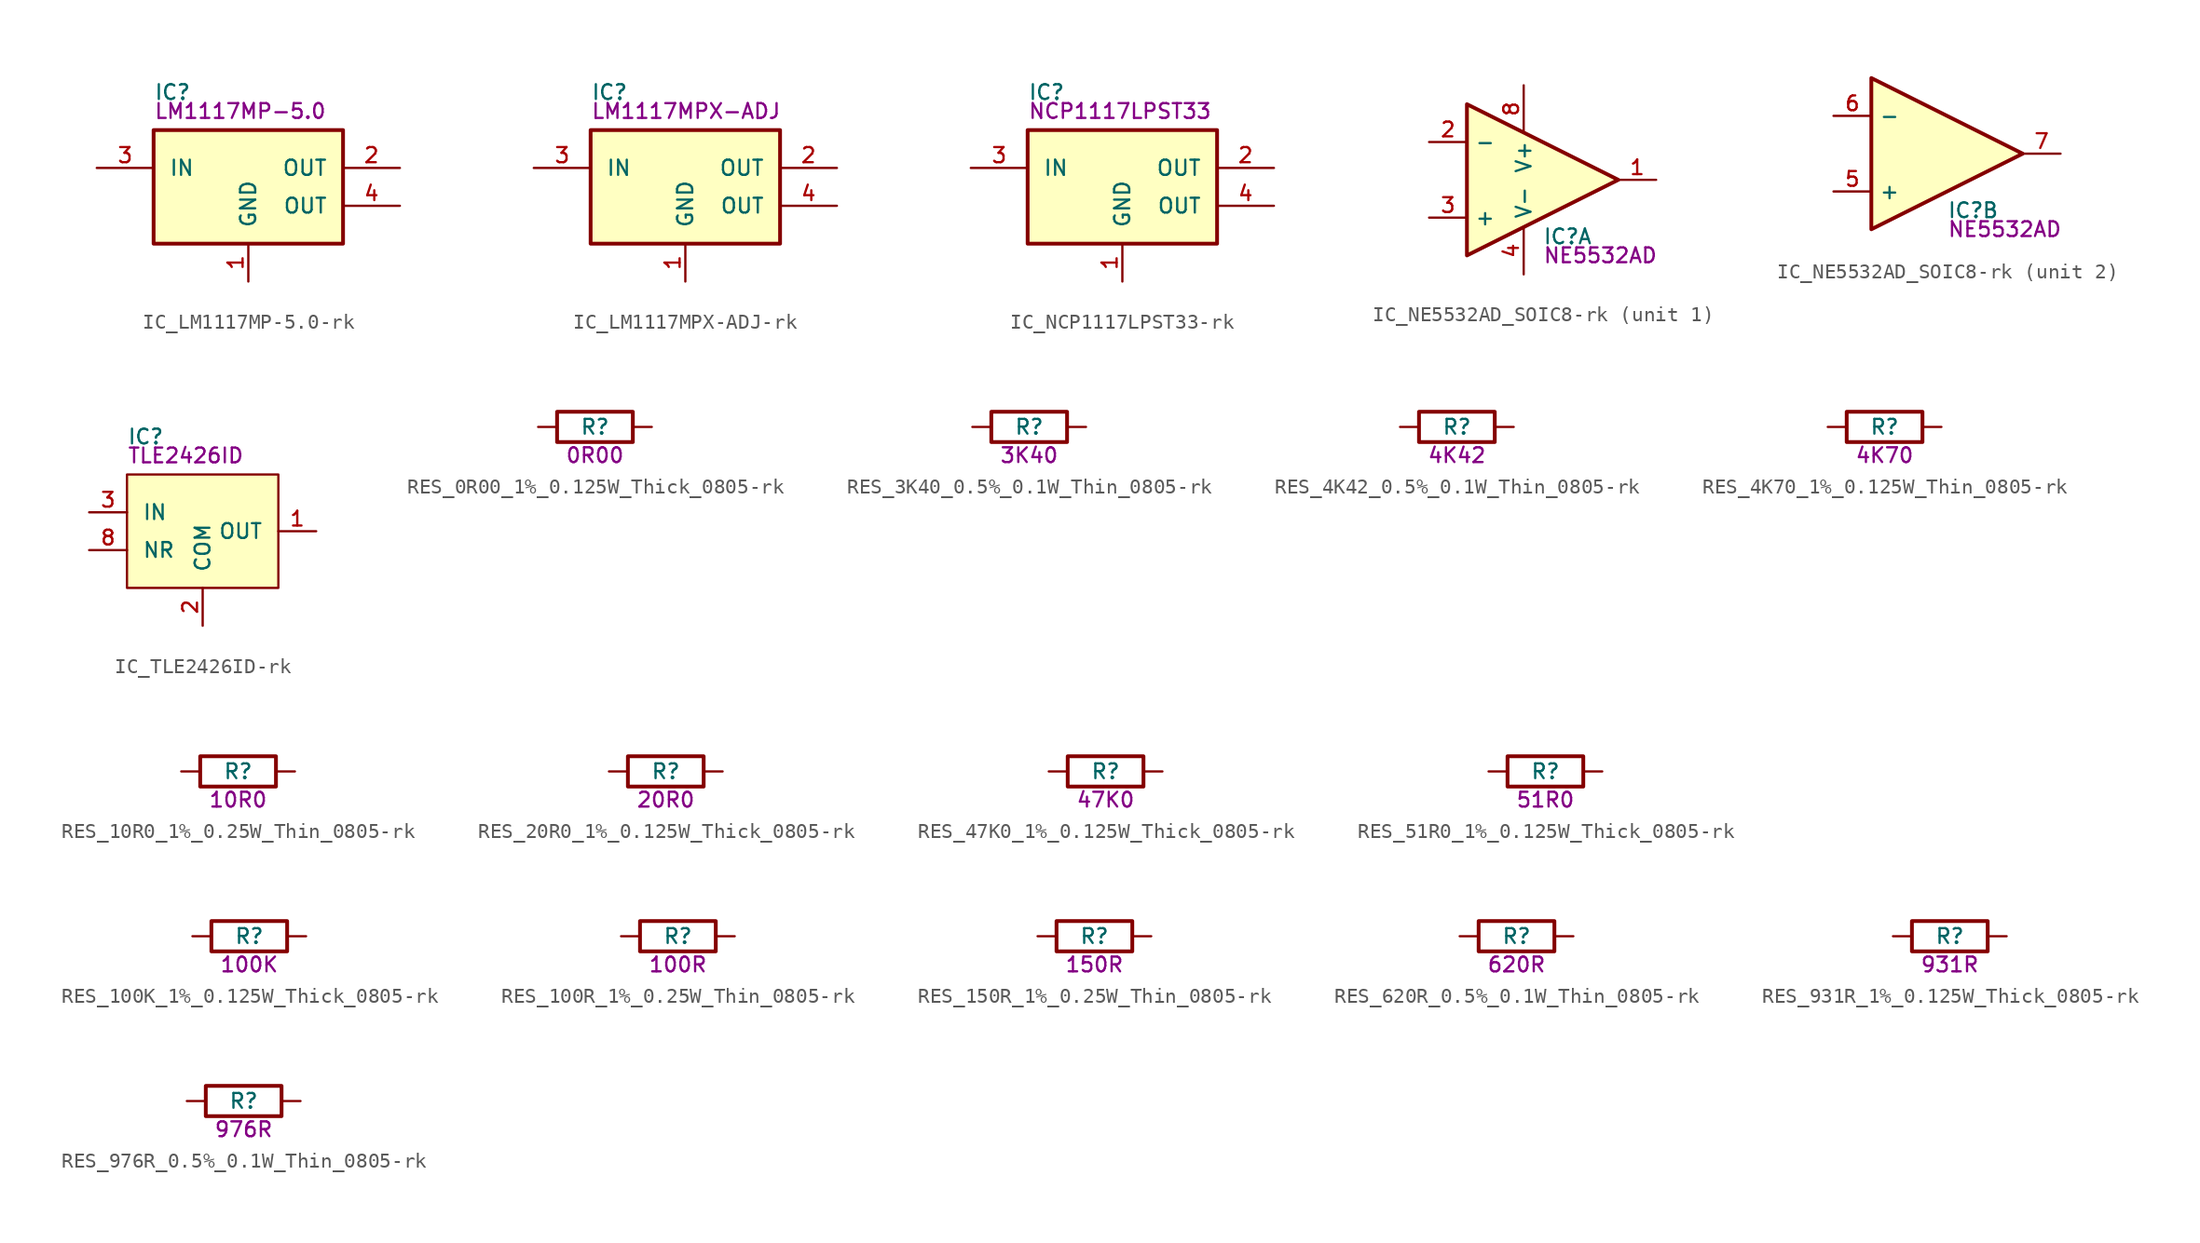
<source format=kicad_sym>
(kicad_symbol_lib
  (version 20211014)
  (generator kicad_symbol_editor)
  (symbol "IC_LM1117MP-5.0-rk"
    (pin_names
      (offset 1.016))
    (property "Reference" "IC"
      (at -5.08 6.35 0)
      (effects (font (size 0.991 0.991))))
    (property "Datasheet" ""
      (at 0 0 0)
      (effects (font (size 1.27 1.27))))
    (property "Value1" "LM1117MP-5.0"
      (at -6.35 5.08 0)
      (effects (font (size 0.991 0.991)) (justify left)))
    (symbol "IC_LM1117MP-5.0-rk_0_1"
      (rectangle (start -6.35 3.81) (end 6.35 -3.81) (stroke (width 0.254) (type default) (color 0 0 0 0)) (fill (type background))))
    (symbol "IC_LM1117MP-5.0-rk_1_1"
      (pin input line (at 0 -6.35 90) (length 2.54) (name "GND" (effects (font (size 1.016 1.016)))) (number "1" (effects (font (size 1.016 1.016)))))
      (pin power_out line (at 10.16 1.27 180) (length 3.81) (name "OUT" (effects (font (size 1.016 1.016)))) (number "2" (effects (font (size 1.016 1.016)))))
      (pin input line (at -10.16 1.27 0) (length 3.81) (name "IN" (effects (font (size 1.016 1.016)))) (number "3" (effects (font (size 1.016 1.016)))))
      (pin passive line (at 10.16 -1.27 180) (length 3.81) (name "OUT" (effects (font (size 0.991 0.991)))) (number "4" (effects (font (size 0.991 0.991)))))))
  (symbol "IC_LM1117MPX-ADJ-rk"
    (pin_names
      (offset 1.016))
    (property "Reference" "IC"
      (at -5.08 6.35 0)
      (effects (font (size 0.991 0.991))))
    (property "Datasheet" ""
      (at 0 0 0)
      (effects (font (size 1.27 1.27))))
    (property "Value1" "LM1117MPX-ADJ"
      (at -6.35 5.08 0)
      (effects (font (size 0.991 0.991)) (justify left)))
    (symbol "IC_LM1117MPX-ADJ-rk_0_1"
      (rectangle (start -6.35 3.81) (end 6.35 -3.81) (stroke (width 0.254) (type default) (color 0 0 0 0)) (fill (type background))))
    (symbol "IC_LM1117MPX-ADJ-rk_1_1"
      (pin input line (at 0 -6.35 90) (length 2.54) (name "GND" (effects (font (size 1.016 1.016)))) (number "1" (effects (font (size 1.016 1.016)))))
      (pin power_out line (at 10.16 1.27 180) (length 3.81) (name "OUT" (effects (font (size 1.016 1.016)))) (number "2" (effects (font (size 1.016 1.016)))))
      (pin input line (at -10.16 1.27 0) (length 3.81) (name "IN" (effects (font (size 1.016 1.016)))) (number "3" (effects (font (size 1.016 1.016)))))
      (pin passive line (at 10.16 -1.27 180) (length 3.81) (name "OUT" (effects (font (size 0.991 0.991)))) (number "4" (effects (font (size 0.991 0.991)))))))
  (symbol "IC_NCP1117LPST33-rk"
    (pin_names
      (offset 1.016))
    (property "Reference" "IC"
      (at -5.08 6.35 0)
      (effects (font (size 0.991 0.991))))
    (property "Datasheet" ""
      (at 0 0 0)
      (effects (font (size 1.27 1.27))))
    (property "Value1" "NCP1117LPST33"
      (at -6.35 5.08 0)
      (effects (font (size 0.991 0.991)) (justify left)))
    (symbol "IC_NCP1117LPST33-rk_0_1"
      (rectangle (start -6.35 3.81) (end 6.35 -3.81) (stroke (width 0.254) (type default) (color 0 0 0 0)) (fill (type background))))
    (symbol "IC_NCP1117LPST33-rk_1_1"
      (pin input line (at 0 -6.35 90) (length 2.54) (name "GND" (effects (font (size 1.016 1.016)))) (number "1" (effects (font (size 1.016 1.016)))))
      (pin power_out line (at 10.16 1.27 180) (length 3.81) (name "OUT" (effects (font (size 1.016 1.016)))) (number "2" (effects (font (size 1.016 1.016)))))
      (pin input line (at -10.16 1.27 0) (length 3.81) (name "IN" (effects (font (size 1.016 1.016)))) (number "3" (effects (font (size 1.016 1.016)))))
      (pin passive line (at 10.16 -1.27 180) (length 3.81) (name "OUT" (effects (font (size 0.991 0.991)))) (number "4" (effects (font (size 0.991 0.991)))))))
  (symbol "IC_NE5532AD_SOIC8-rk"
    (property "Reference" "IC"
      (at 0 -3.81 0)
      (effects (font (size 0.991 0.991)) (justify left)))
    (property "Datasheet" ""
      (at 0 -3.81 0)
      (effects (font (size 1.27 1.27))))
    (property "Value1" "NE5532AD"
      (at 0 -5.08 0)
      (effects (font (size 0.991 0.991)) (justify left)))
    (property "ki_locked" ""
      (at 0 0 0)
      (effects (font (size 1.27 1.27))))
    (symbol "IC_NE5532AD_SOIC8-rk_0_1"
      (polyline (pts (xy 5.08 0) (xy -5.08 5.08) (xy -5.08 -5.08) (xy 5.08 0)) (stroke (width 0.254) (type default) (color 0 0 0 0)) (fill (type background))))
    (symbol "IC_NE5532AD_SOIC8-rk_1_1"
      (pin output line (at 7.62 0 180) (length 2.54) (name "~" (effects (font (size 0.991 0.991)))) (number "1" (effects (font (size 0.991 0.991)))))
      (pin input line (at -7.62 2.54 0) (length 2.54) (name "-" (effects (font (size 0.991 0.991)))) (number "2" (effects (font (size 0.991 0.991)))))
      (pin input line (at -7.62 -2.54 0) (length 2.54) (name "+" (effects (font (size 0.991 0.991)))) (number "3" (effects (font (size 0.991 0.991)))))
      (pin power_in line (at -1.27 -6.35 90) (length 3.175) (name "V-" (effects (font (size 0.991 0.991)))) (number "4" (effects (font (size 0.991 0.991)))))
      (pin power_in line (at -1.27 6.35 270) (length 3.175) (name "V+" (effects (font (size 0.991 0.991)))) (number "8" (effects (font (size 0.991 0.991))))))
    (symbol "IC_NE5532AD_SOIC8-rk_2_1"
      (pin input line (at -7.62 -2.54 0) (length 2.54) (name "+" (effects (font (size 0.991 0.991)))) (number "5" (effects (font (size 0.991 0.991)))))
      (pin input line (at -7.62 2.54 0) (length 2.54) (name "-" (effects (font (size 0.991 0.991)))) (number "6" (effects (font (size 0.991 0.991)))))
      (pin output line (at 7.62 0 180) (length 2.54) (name "~" (effects (font (size 0.991 0.991)))) (number "7" (effects (font (size 0.991 0.991)))))))
  (symbol "IC_TLE2426ID-rk"
    (pin_names
      (offset 1.016))
    (property "Reference" "IC"
      (at -5.08 6.35 0)
      (effects (font (size 0.991 0.991)) (justify left)))
    (property "Datasheet" ""
      (at 0 1.27 0)
      (effects (font (size 1.524 1.524))))
    (property "Value1" "TLE2426ID"
      (at -5.08 5.08 0)
      (effects (font (size 0.991 0.991)) (justify left)))
    (symbol "IC_TLE2426ID-rk_0_1"
      (rectangle (start -5.08 -3.81) (end 5.08 3.81) (stroke (width 0) (type default) (color 0 0 0 0)) (fill (type background))))
    (symbol "IC_TLE2426ID-rk_1_1"
      (pin input line (at 7.62 0 180) (length 2.54) (name "OUT" (effects (font (size 0.991 0.991)))) (number "1" (effects (font (size 0.991 0.991)))))
      (pin input line (at 0 -6.35 90) (length 2.54) (name "COM" (effects (font (size 0.991 0.991)))) (number "2" (effects (font (size 0.991 0.991)))))
      (pin input line (at -7.62 1.27 0) (length 2.54) (name "IN" (effects (font (size 0.991 0.991)))) (number "3" (effects (font (size 0.991 0.991)))))
      (pin input line (at -7.62 -1.27 0) (length 2.54) (name "NR" (effects (font (size 0.991 0.991)))) (number "8" (effects (font (size 0.991 0.991)))))))
  (symbol "RES_0R00_1%_0.125W_Thick_0805-rk"
    (pin_numbers hide)
    (pin_names
      (offset 0))
    (property "Reference" "R"
      (at 0 0 0)
      (effects (font (size 0.991 0.991))))
    (property "Datasheet" ""
      (at 0 0 0)
      (effects (font (size 1.27 1.27))))
    (property "Value1" "0R00"
      (at 0 -1.905 0)
      (effects (font (size 0.991 0.991))))
    (symbol "RES_0R00_1%_0.125W_Thick_0805-rk_0_1"
      (rectangle (start 2.54 -1.016) (end -2.54 1.016) (stroke (width 0.254) (type default) (color 0 0 0 0)) (fill (type none))))
    (symbol "RES_0R00_1%_0.125W_Thick_0805-rk_1_1"
      (pin passive line (at -3.81 0 0) (length 1.27) (name "~" (effects (font (size 1.27 1.27)))) (number "1" (effects (font (size 1.27 1.27)))))
      (pin passive line (at 3.81 0 180) (length 1.27) (name "~" (effects (font (size 1.27 1.27)))) (number "2" (effects (font (size 1.27 1.27)))))))
  (symbol "RES_3K40_0.5%_0.1W_Thin_0805-rk"
    (pin_numbers hide)
    (pin_names
      (offset 0))
    (property "Reference" "R"
      (at 0 0 0)
      (effects (font (size 0.991 0.991))))
    (property "Datasheet" ""
      (at 0 0 0)
      (effects (font (size 1.27 1.27))))
    (property "Value1" "3K40"
      (at 0 -1.905 0)
      (effects (font (size 0.991 0.991))))
    (symbol "RES_3K40_0.5%_0.1W_Thin_0805-rk_0_1"
      (rectangle (start 2.54 -1.016) (end -2.54 1.016) (stroke (width 0.254) (type default) (color 0 0 0 0)) (fill (type none))))
    (symbol "RES_3K40_0.5%_0.1W_Thin_0805-rk_1_1"
      (pin passive line (at -3.81 0 0) (length 1.27) (name "~" (effects (font (size 1.27 1.27)))) (number "1" (effects (font (size 1.27 1.27)))))
      (pin passive line (at 3.81 0 180) (length 1.27) (name "~" (effects (font (size 1.27 1.27)))) (number "2" (effects (font (size 1.27 1.27)))))))
  (symbol "RES_4K42_0.5%_0.1W_Thin_0805-rk"
    (pin_numbers hide)
    (pin_names
      (offset 0))
    (property "Reference" "R"
      (at 0 0 0)
      (effects (font (size 0.991 0.991))))
    (property "Datasheet" ""
      (at 0 0 0)
      (effects (font (size 1.27 1.27))))
    (property "Value1" "4K42"
      (at 0 -1.905 0)
      (effects (font (size 0.991 0.991))))
    (symbol "RES_4K42_0.5%_0.1W_Thin_0805-rk_0_1"
      (rectangle (start 2.54 -1.016) (end -2.54 1.016) (stroke (width 0.254) (type default) (color 0 0 0 0)) (fill (type none))))
    (symbol "RES_4K42_0.5%_0.1W_Thin_0805-rk_1_1"
      (pin passive line (at -3.81 0 0) (length 1.27) (name "~" (effects (font (size 1.27 1.27)))) (number "1" (effects (font (size 1.27 1.27)))))
      (pin passive line (at 3.81 0 180) (length 1.27) (name "~" (effects (font (size 1.27 1.27)))) (number "2" (effects (font (size 1.27 1.27)))))))
  (symbol "RES_4K70_1%_0.125W_Thin_0805-rk"
    (pin_numbers hide)
    (pin_names
      (offset 0))
    (property "Reference" "R"
      (at 0 0 0)
      (effects (font (size 0.991 0.991))))
    (property "Datasheet" ""
      (at 0 0 0)
      (effects (font (size 1.27 1.27))))
    (property "Value1" "4K70"
      (at 0 -1.905 0)
      (effects (font (size 0.991 0.991))))
    (symbol "RES_4K70_1%_0.125W_Thin_0805-rk_0_1"
      (rectangle (start 2.54 -1.016) (end -2.54 1.016) (stroke (width 0.254) (type default) (color 0 0 0 0)) (fill (type none))))
    (symbol "RES_4K70_1%_0.125W_Thin_0805-rk_1_1"
      (pin passive line (at -3.81 0 0) (length 1.27) (name "~" (effects (font (size 1.27 1.27)))) (number "1" (effects (font (size 1.27 1.27)))))
      (pin passive line (at 3.81 0 180) (length 1.27) (name "~" (effects (font (size 1.27 1.27)))) (number "2" (effects (font (size 1.27 1.27)))))))
  (symbol "RES_10R0_1%_0.25W_Thin_0805-rk"
    (pin_numbers hide)
    (pin_names
      (offset 0))
    (property "Reference" "R"
      (at 0 0 0)
      (effects (font (size 0.991 0.991))))
    (property "Datasheet" ""
      (at 0 0 0)
      (effects (font (size 1.27 1.27))))
    (property "Value1" "10R0"
      (at 0 -1.905 0)
      (effects (font (size 0.991 0.991))))
    (symbol "RES_10R0_1%_0.25W_Thin_0805-rk_0_1"
      (rectangle (start 2.54 -1.016) (end -2.54 1.016) (stroke (width 0.254) (type default) (color 0 0 0 0)) (fill (type none))))
    (symbol "RES_10R0_1%_0.25W_Thin_0805-rk_1_1"
      (pin passive line (at -3.81 0 0) (length 1.27) (name "~" (effects (font (size 1.27 1.27)))) (number "1" (effects (font (size 1.27 1.27)))))
      (pin passive line (at 3.81 0 180) (length 1.27) (name "~" (effects (font (size 1.27 1.27)))) (number "2" (effects (font (size 1.27 1.27)))))))
  (symbol "RES_20R0_1%_0.125W_Thick_0805-rk"
    (pin_numbers hide)
    (pin_names
      (offset 0))
    (property "Reference" "R"
      (at 0 0 0)
      (effects (font (size 0.991 0.991))))
    (property "Datasheet" ""
      (at 0 0 0)
      (effects (font (size 1.27 1.27))))
    (property "Value1" "20R0"
      (at 0 -1.905 0)
      (effects (font (size 0.991 0.991))))
    (symbol "RES_20R0_1%_0.125W_Thick_0805-rk_0_1"
      (rectangle (start 2.54 -1.016) (end -2.54 1.016) (stroke (width 0.254) (type default) (color 0 0 0 0)) (fill (type none))))
    (symbol "RES_20R0_1%_0.125W_Thick_0805-rk_1_1"
      (pin passive line (at -3.81 0 0) (length 1.27) (name "~" (effects (font (size 1.27 1.27)))) (number "1" (effects (font (size 1.27 1.27)))))
      (pin passive line (at 3.81 0 180) (length 1.27) (name "~" (effects (font (size 1.27 1.27)))) (number "2" (effects (font (size 1.27 1.27)))))))
  (symbol "RES_47K0_1%_0.125W_Thick_0805-rk"
    (pin_numbers hide)
    (pin_names
      (offset 0))
    (property "Reference" "R"
      (at 0 0 0)
      (effects (font (size 0.991 0.991))))
    (property "Datasheet" ""
      (at 0 0 0)
      (effects (font (size 1.27 1.27))))
    (property "Value1" "47K0"
      (at 0 -1.905 0)
      (effects (font (size 0.991 0.991))))
    (symbol "RES_47K0_1%_0.125W_Thick_0805-rk_0_1"
      (rectangle (start 2.54 -1.016) (end -2.54 1.016) (stroke (width 0.254) (type default) (color 0 0 0 0)) (fill (type none))))
    (symbol "RES_47K0_1%_0.125W_Thick_0805-rk_1_1"
      (pin passive line (at -3.81 0 0) (length 1.27) (name "~" (effects (font (size 1.27 1.27)))) (number "1" (effects (font (size 1.27 1.27)))))
      (pin passive line (at 3.81 0 180) (length 1.27) (name "~" (effects (font (size 1.27 1.27)))) (number "2" (effects (font (size 1.27 1.27)))))))
  (symbol "RES_51R0_1%_0.125W_Thick_0805-rk"
    (pin_numbers hide)
    (pin_names
      (offset 0))
    (property "Reference" "R"
      (at 0 0 0)
      (effects (font (size 0.991 0.991))))
    (property "Datasheet" ""
      (at 0 0 0)
      (effects (font (size 1.27 1.27))))
    (property "Value1" "51R0"
      (at 0 -1.905 0)
      (effects (font (size 0.991 0.991))))
    (symbol "RES_51R0_1%_0.125W_Thick_0805-rk_0_1"
      (rectangle (start 2.54 -1.016) (end -2.54 1.016) (stroke (width 0.254) (type default) (color 0 0 0 0)) (fill (type none))))
    (symbol "RES_51R0_1%_0.125W_Thick_0805-rk_1_1"
      (pin passive line (at -3.81 0 0) (length 1.27) (name "~" (effects (font (size 1.27 1.27)))) (number "1" (effects (font (size 1.27 1.27)))))
      (pin passive line (at 3.81 0 180) (length 1.27) (name "~" (effects (font (size 1.27 1.27)))) (number "2" (effects (font (size 1.27 1.27)))))))
  (symbol "RES_100K_1%_0.125W_Thick_0805-rk"
    (pin_numbers hide)
    (pin_names
      (offset 0))
    (property "Reference" "R"
      (at 0 0 0)
      (effects (font (size 0.991 0.991))))
    (property "Datasheet" ""
      (at 0 0 0)
      (effects (font (size 1.27 1.27))))
    (property "Value1" "100K"
      (at 0 -1.905 0)
      (effects (font (size 0.991 0.991))))
    (symbol "RES_100K_1%_0.125W_Thick_0805-rk_0_1"
      (rectangle (start 2.54 -1.016) (end -2.54 1.016) (stroke (width 0.254) (type default) (color 0 0 0 0)) (fill (type none))))
    (symbol "RES_100K_1%_0.125W_Thick_0805-rk_1_1"
      (pin passive line (at -3.81 0 0) (length 1.27) (name "~" (effects (font (size 1.27 1.27)))) (number "1" (effects (font (size 1.27 1.27)))))
      (pin passive line (at 3.81 0 180) (length 1.27) (name "~" (effects (font (size 1.27 1.27)))) (number "2" (effects (font (size 1.27 1.27)))))))
  (symbol "RES_100R_1%_0.25W_Thin_0805-rk"
    (pin_numbers hide)
    (pin_names
      (offset 0))
    (property "Reference" "R"
      (at 0 0 0)
      (effects (font (size 0.991 0.991))))
    (property "Datasheet" ""
      (at 0 0 0)
      (effects (font (size 1.27 1.27))))
    (property "Value1" "100R"
      (at 0 -1.905 0)
      (effects (font (size 0.991 0.991))))
    (symbol "RES_100R_1%_0.25W_Thin_0805-rk_0_1"
      (rectangle (start 2.54 -1.016) (end -2.54 1.016) (stroke (width 0.254) (type default) (color 0 0 0 0)) (fill (type none))))
    (symbol "RES_100R_1%_0.25W_Thin_0805-rk_1_1"
      (pin passive line (at -3.81 0 0) (length 1.27) (name "~" (effects (font (size 1.27 1.27)))) (number "1" (effects (font (size 1.27 1.27)))))
      (pin passive line (at 3.81 0 180) (length 1.27) (name "~" (effects (font (size 1.27 1.27)))) (number "2" (effects (font (size 1.27 1.27)))))))
  (symbol "RES_150R_1%_0.25W_Thin_0805-rk"
    (pin_numbers hide)
    (pin_names
      (offset 0))
    (property "Reference" "R"
      (at 0 0 0)
      (effects (font (size 0.991 0.991))))
    (property "Datasheet" ""
      (at 0 0 0)
      (effects (font (size 1.27 1.27))))
    (property "Value1" "150R"
      (at 0 -1.905 0)
      (effects (font (size 0.991 0.991))))
    (symbol "RES_150R_1%_0.25W_Thin_0805-rk_0_1"
      (rectangle (start 2.54 -1.016) (end -2.54 1.016) (stroke (width 0.254) (type default) (color 0 0 0 0)) (fill (type none))))
    (symbol "RES_150R_1%_0.25W_Thin_0805-rk_1_1"
      (pin passive line (at -3.81 0 0) (length 1.27) (name "~" (effects (font (size 1.27 1.27)))) (number "1" (effects (font (size 1.27 1.27)))))
      (pin passive line (at 3.81 0 180) (length 1.27) (name "~" (effects (font (size 1.27 1.27)))) (number "2" (effects (font (size 1.27 1.27)))))))
  (symbol "RES_620R_0.5%_0.1W_Thin_0805-rk"
    (pin_numbers hide)
    (pin_names
      (offset 0))
    (property "Reference" "R"
      (at 0 0 0)
      (effects (font (size 0.991 0.991))))
    (property "Datasheet" ""
      (at 0 0 0)
      (effects (font (size 1.27 1.27))))
    (property "Value1" "620R"
      (at 0 -1.905 0)
      (effects (font (size 0.991 0.991))))
    (symbol "RES_620R_0.5%_0.1W_Thin_0805-rk_0_1"
      (rectangle (start 2.54 -1.016) (end -2.54 1.016) (stroke (width 0.254) (type default) (color 0 0 0 0)) (fill (type none))))
    (symbol "RES_620R_0.5%_0.1W_Thin_0805-rk_1_1"
      (pin passive line (at -3.81 0 0) (length 1.27) (name "~" (effects (font (size 1.27 1.27)))) (number "1" (effects (font (size 1.27 1.27)))))
      (pin passive line (at 3.81 0 180) (length 1.27) (name "~" (effects (font (size 1.27 1.27)))) (number "2" (effects (font (size 1.27 1.27)))))))
  (symbol "RES_931R_1%_0.125W_Thick_0805-rk"
    (pin_numbers hide)
    (pin_names
      (offset 0))
    (property "Reference" "R"
      (at 0 0 0)
      (effects (font (size 0.991 0.991))))
    (property "Datasheet" ""
      (at 0 0 0)
      (effects (font (size 1.27 1.27))))
    (property "Value1" "931R"
      (at 0 -1.905 0)
      (effects (font (size 0.991 0.991))))
    (symbol "RES_931R_1%_0.125W_Thick_0805-rk_0_1"
      (rectangle (start 2.54 -1.016) (end -2.54 1.016) (stroke (width 0.254) (type default) (color 0 0 0 0)) (fill (type none))))
    (symbol "RES_931R_1%_0.125W_Thick_0805-rk_1_1"
      (pin passive line (at -3.81 0 0) (length 1.27) (name "~" (effects (font (size 1.27 1.27)))) (number "1" (effects (font (size 1.27 1.27)))))
      (pin passive line (at 3.81 0 180) (length 1.27) (name "~" (effects (font (size 1.27 1.27)))) (number "2" (effects (font (size 1.27 1.27)))))))
  (symbol "RES_976R_0.5%_0.1W_Thin_0805-rk"
    (pin_numbers hide)
    (pin_names
      (offset 0))
    (property "Reference" "R"
      (at 0 0 0)
      (effects (font (size 0.991 0.991))))
    (property "Datasheet" ""
      (at 0 0 0)
      (effects (font (size 1.27 1.27))))
    (property "Value1" "976R"
      (at 0 -1.905 0)
      (effects (font (size 0.991 0.991))))
    (symbol "RES_976R_0.5%_0.1W_Thin_0805-rk_0_1"
      (rectangle (start 2.54 -1.016) (end -2.54 1.016) (stroke (width 0.254) (type default) (color 0 0 0 0)) (fill (type none))))
    (symbol "RES_976R_0.5%_0.1W_Thin_0805-rk_1_1"
      (pin passive line (at -3.81 0 0) (length 1.27) (name "~" (effects (font (size 1.27 1.27)))) (number "1" (effects (font (size 1.27 1.27)))))
      (pin passive line (at 3.81 0 180) (length 1.27) (name "~" (effects (font (size 1.27 1.27)))) (number "2" (effects (font (size 1.27 1.27))))))))
</source>
